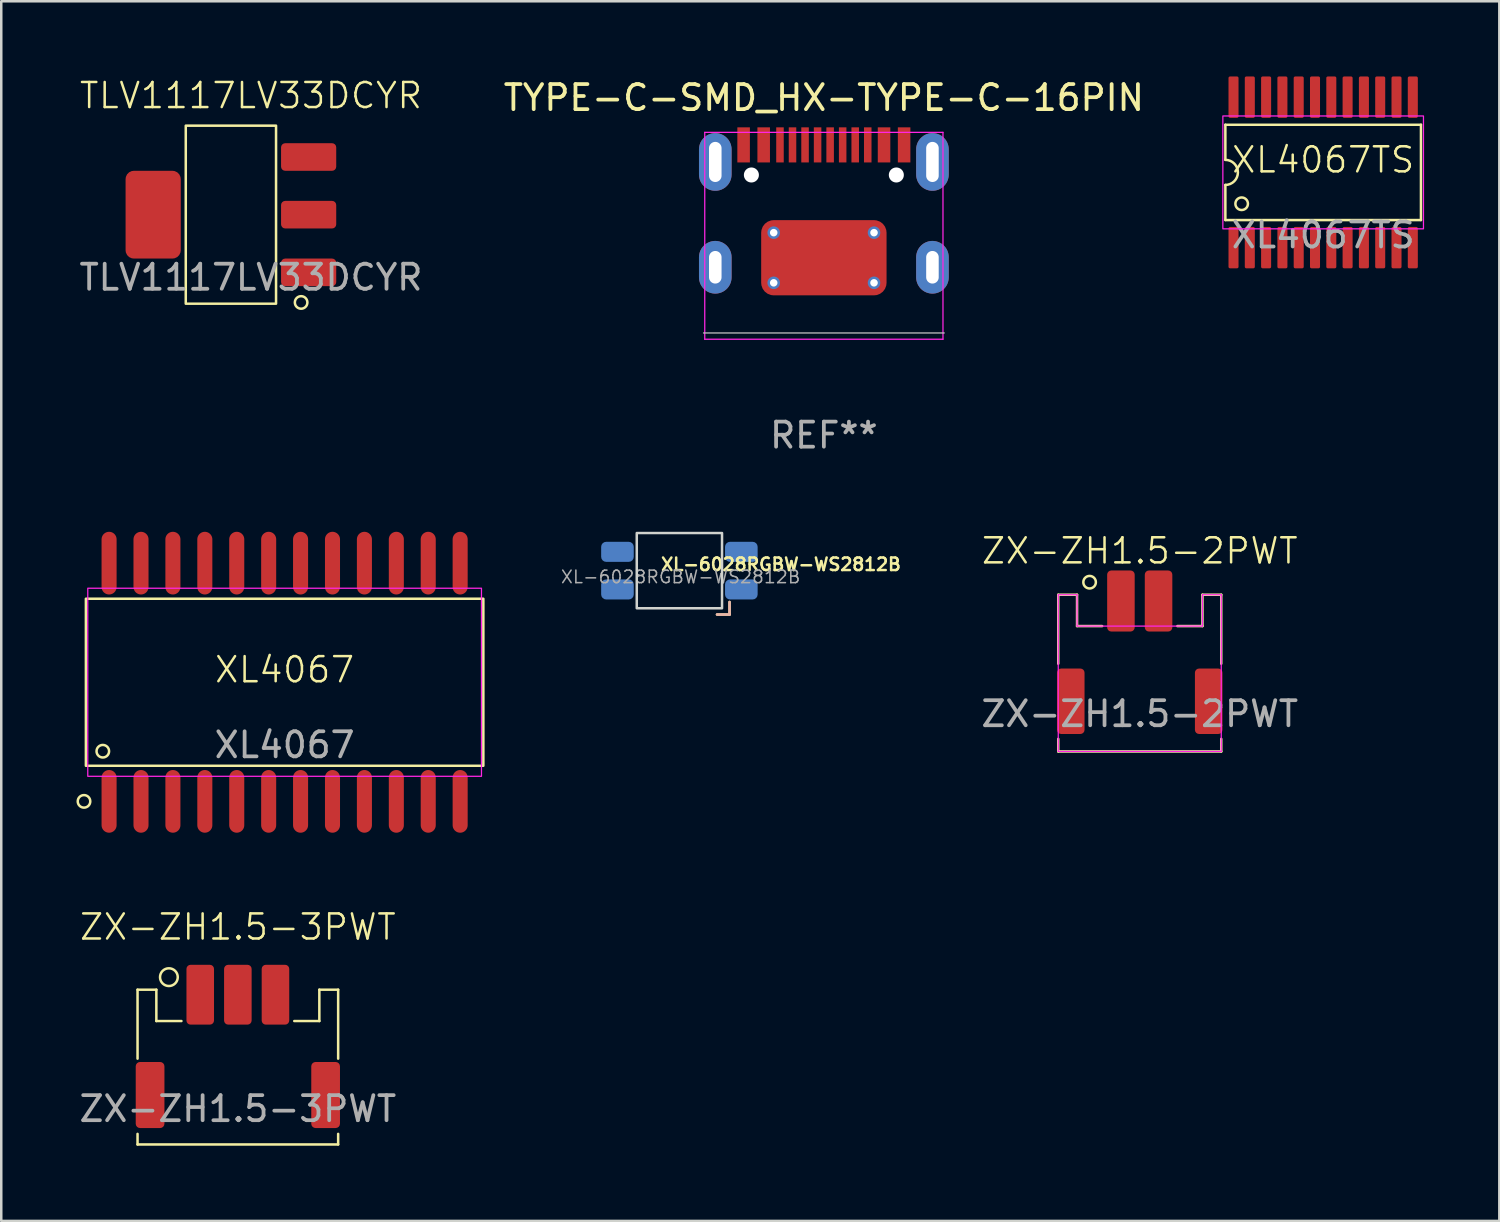
<source format=kicad_pcb>
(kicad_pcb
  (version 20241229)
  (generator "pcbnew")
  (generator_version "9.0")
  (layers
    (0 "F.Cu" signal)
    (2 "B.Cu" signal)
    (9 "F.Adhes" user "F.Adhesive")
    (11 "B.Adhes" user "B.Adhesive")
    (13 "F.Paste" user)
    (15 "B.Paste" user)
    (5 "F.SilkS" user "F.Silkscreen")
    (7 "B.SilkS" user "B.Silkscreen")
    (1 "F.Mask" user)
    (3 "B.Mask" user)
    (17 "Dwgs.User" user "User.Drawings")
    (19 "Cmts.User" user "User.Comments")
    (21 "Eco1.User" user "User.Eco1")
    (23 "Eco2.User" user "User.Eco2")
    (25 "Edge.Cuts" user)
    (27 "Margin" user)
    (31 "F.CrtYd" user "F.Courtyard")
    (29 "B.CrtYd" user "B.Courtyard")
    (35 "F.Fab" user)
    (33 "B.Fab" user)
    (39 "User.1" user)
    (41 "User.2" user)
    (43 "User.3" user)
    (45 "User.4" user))
  (footprint "ZX-ZH1.5-2PWT"
    (layer "F.Cu")
    (at 42.401 22.917)
    (property "Reference" "ZX-ZH1.5-2PWT" (at 0 -4 0) (unlocked yes) (layer "F.SilkS") (effects (font (size 1 1) (thickness 0.1))))
    (attr smd)
    (fp_line (start -3.25 -2.25) (end -2.5 -2.25) (stroke (width 0.1) (type default)) (layer "F.SilkS"))
    (fp_line (start -3.25 0.5) (end -3.25 -2.25) (stroke (width 0.1) (type default)) (layer "F.SilkS"))
    (fp_line (start -3.25 3.5) (end -3.25 4) (stroke (width 0.1) (type default)) (layer "F.SilkS"))
    (fp_line (start -3.25 4) (end 3.25 4) (stroke (width 0.1) (type default)) (layer "F.SilkS"))
    (fp_line (start -2.5 -2.25) (end -2.5 -1) (stroke (width 0.1) (type default)) (layer "F.SilkS"))
    (fp_line (start -2.5 -1) (end -1.5 -1) (stroke (width 0.1) (type default)) (layer "F.SilkS"))
    (fp_line (start 1.5 -1) (end 2.5 -1) (stroke (width 0.1) (type default)) (layer "F.SilkS"))
    (fp_line (start 2.5 -2.25) (end 3.25 -2.25) (stroke (width 0.1) (type default)) (layer "F.SilkS"))
    (fp_line (start 2.5 -1) (end 2.5 -2.25) (stroke (width 0.1) (type default)) (layer "F.SilkS"))
    (fp_line (start 3.25 -2.25) (end 3.25 0.5) (stroke (width 0.1) (type default)) (layer "F.SilkS"))
    (fp_line (start 3.25 4) (end 3.25 3.5) (stroke (width 0.1) (type default)) (layer "F.SilkS"))
    (fp_circle (center -2 -2.75) (end -2 -2.5) (stroke (width 0.1) (type default)) (fill no) (layer "F.SilkS"))
    (fp_line (start -3.25 -2.25) (end -2.5 -2.25) (stroke (width 0.05) (type default)) (layer "F.CrtYd"))
    (fp_line (start -3.25 4) (end -3.25 -2.25) (stroke (width 0.05) (type default)) (layer "F.CrtYd"))
    (fp_line (start -2.5 -2.25) (end -2.5 -1) (stroke (width 0.05) (type default)) (layer "F.CrtYd"))
    (fp_line (start -2.5 -1) (end 2.5 -1) (stroke (width 0.05) (type default)) (layer "F.CrtYd"))
    (fp_line (start 2.5 -2.25) (end 3.25 -2.25) (stroke (width 0.05) (type default)) (layer "F.CrtYd"))
    (fp_line (start 2.5 -1) (end 2.5 -2.25) (stroke (width 0.05) (type default)) (layer "F.CrtYd"))
    (fp_line (start 3.25 -2.25) (end 3.25 4) (stroke (width 0.05) (type default)) (layer "F.CrtYd"))
    (fp_line (start 3.25 4) (end -3.25 4) (stroke (width 0.05) (type default)) (layer "F.CrtYd"))
    (fp_text user "${REFERENCE}" (at 0 2.5 0) (unlocked yes) (layer "F.Fab") (effects (font (size 1 1) (thickness 0.15))))
    (pad "1" smd roundrect (at -0.751 -2) (size 1.098 2.434) (layers "F.Cu" "F.Mask" "F.Paste") (roundrect_rratio 0.15))
    (pad "2" smd roundrect (at 0.75 -2) (size 1.098 2.434) (layers "F.Cu" "F.Mask" "F.Paste") (roundrect_rratio 0.15))
    (pad "3" smd roundrect (at 2.749 1.998) (size 1.098 2.609) (layers "F.Cu" "F.Mask" "F.Paste") (roundrect_rratio 0.15))
    (pad "4" smd roundrect (at -2.751 1.998) (size 1.098 2.609) (layers "F.Cu" "F.Mask" "F.Paste") (roundrect_rratio 0.15)))
  (footprint "TLV1117LV33DCYR"
    (layer "F.Cu")
    (at 6.958 5.511)
    (property "Reference" "TLV1117LV33DCYR" (at 0 -4.75 0) (unlocked yes) (layer "F.SilkS") (effects (font (size 1 1) (thickness 0.1))))
    (attr smd)
    (fp_rect (start -2.6 -3.55) (end 1 3.55) (stroke (width 0.1) (type solid)) (fill no) (layer "F.SilkS"))
    (fp_circle (center 2 3.5) (end 2.25 3.5) (stroke (width 0.1) (type default)) (fill no) (layer "F.SilkS"))
    (fp_text user "${REFERENCE}" (at 0 2.5 0) (unlocked yes) (layer "F.Fab") (effects (font (size 1 1) (thickness 0.15))))
    (pad "1" smd roundrect (at 2.3 2.3) (size 2.2 1.1) (layers "F.Cu" "F.Mask" "F.Paste") (roundrect_rratio 0.15))
    (pad "2" smd roundrect (at 2.3 0) (size 2.2 1.1) (layers "F.Cu" "F.Mask" "F.Paste") (roundrect_rratio 0.15))
    (pad "3" smd roundrect (at 2.3 -2.3) (size 2.2 1.1) (layers "F.Cu" "F.Mask" "F.Paste") (roundrect_rratio 0.15))
    (pad "4" smd roundrect (at -3.9 0) (size 2.2 3.5) (layers "F.Cu" "F.Mask" "F.Paste") (roundrect_rratio 0.15)))
  (footprint "TYPE-C-SMD_HX-TYPE-C-16PIN"
    (layer "F.Cu")
    (at 29.804 5.228)
    (property "Reference" "TYPE-C-SMD_HX-TYPE-C-16PIN" (at 0 -4.38 0) (layer "F.SilkS") (effects (font (size 1 1) (thickness 0.15))))
    (attr through_hole)
    (fp_line (start -4.8 5) (end 4.8 5) (stroke (width 0.05) (type default)) (layer "Dwgs.User"))
    (fp_line (start -4.75 -3) (end 4.75 -3) (stroke (width 0.05) (type default)) (layer "F.CrtYd"))
    (fp_line (start -4.75 5.25) (end -4.75 -3) (stroke (width 0.05) (type default)) (layer "F.CrtYd"))
    (fp_line (start 4.75 -3) (end 4.75 5.25) (stroke (width 0.05) (type default)) (layer "F.CrtYd"))
    (fp_line (start 4.75 5.25) (end -4.75 5.25) (stroke (width 0.05) (type default)) (layer "F.CrtYd"))
    (fp_text user "REF**" (at 0 9.08 0) (layer "F.Fab") (effects (font (size 1 1) (thickness 0.15))))
    (pad "" np_thru_hole circle (at -2.89 -1.3) (size 0.6 0.6) (drill 0.6) (layers "*.Cu" "*.Mask"))
    (pad "" np_thru_hole circle (at 2.89 -1.3) (size 0.6 0.6) (drill 0.6) (layers "*.Cu" "*.Mask"))
    (pad "A5" smd rect (at -1.25 -2.5) (size 0.3 1.4) (layers "F.Cu" "F.Mask" "F.Paste"))
    (pad "A6" smd rect (at -0.25 -2.5) (size 0.3 1.4) (layers "F.Cu" "F.Mask" "F.Paste"))
    (pad "A7" smd rect (at 0.25 -2.5) (size 0.3 1.4) (layers "F.Cu" "F.Mask" "F.Paste"))
    (pad "A8" smd rect (at 1.25 -2.5) (size 0.3 1.4) (layers "F.Cu" "F.Mask" "F.Paste"))
    (pad "A9B4" smd rect (at 2.4 -2.5) (size 0.5 1.4) (layers "F.Cu" "F.Mask" "F.Paste"))
    (pad "A12B1" smd rect (at 3.2 -2.5) (size 0.5 1.4) (layers "F.Cu" "F.Mask" "F.Paste"))
    (pad "B5" smd rect (at 1.75 -2.5) (size 0.3 1.4) (layers "F.Cu" "F.Mask" "F.Paste"))
    (pad "B6" smd rect (at 0.75 -2.5) (size 0.3 1.4) (layers "F.Cu" "F.Mask" "F.Paste"))
    (pad "B7" smd rect (at -0.75 -2.5) (size 0.3 1.4) (layers "F.Cu" "F.Mask" "F.Paste"))
    (pad "B8" smd rect (at -1.75 -2.5) (size 0.3 1.4) (layers "F.Cu" "F.Mask" "F.Paste"))
    (pad "B9A4" smd rect (at -2.4 -2.5) (size 0.5 1.4) (layers "F.Cu" "F.Mask" "F.Paste"))
    (pad "B12A1" smd rect (at -3.2 -2.5) (size 0.5 1.4) (layers "F.Cu" "F.Mask" "F.Paste"))
    (pad "S1" thru_hole oval (at -4.33 -1.82) (size 1.3 2.3) (drill oval 0.5 1.6) (layers "*.Cu" "*.Mask"))
    (pad "S1" thru_hole oval (at -4.33 2.38) (size 1.3 2.1) (drill oval 0.5 1.3) (layers "*.Cu" "*.Mask"))
    (pad "S1" thru_hole circle (at -2 1) (size 0.5 0.5) (drill 0.3) (layers "*.Cu" "*.Mask"))
    (pad "S1" thru_hole circle (at -2 3) (size 0.5 0.5) (drill 0.3) (layers "*.Cu" "*.Mask"))
    (pad "S1" smd roundrect (at 0 2) (size 5 3) (layers "F.Cu" "F.Mask" "F.Paste") (roundrect_rratio 0.167))
    (pad "S1" thru_hole circle (at 2 1) (size 0.5 0.5) (drill 0.3) (layers "*.Cu" "*.Mask"))
    (pad "S1" thru_hole circle (at 2 3) (size 0.5 0.5) (drill 0.3) (layers "*.Cu" "*.Mask"))
    (pad "S1" thru_hole oval (at 4.33 -1.82) (size 1.3 2.3) (drill oval 0.5 1.6) (layers "*.Cu" "*.Mask"))
    (pad "S1" thru_hole oval (at 4.33 2.38) (size 1.3 2.1) (drill oval 0.5 1.3) (layers "*.Cu" "*.Mask")))
  (footprint "XL4067TS"
    (layer "F.Cu")
    (at 49.715 3.825)
    (property "Reference" "XL4067TS" (at 0 -0.5 0) (unlocked yes) (layer "F.SilkS") (effects (font (size 1 1) (thickness 0.1))))
    (attr smd)
    (fp_line (start -3.9 -1.9) (end 3.9 -1.9) (stroke (width 0.1) (type default)) (layer "F.SilkS"))
    (fp_line (start -3.9 -0.5) (end -3.9 -1.9) (stroke (width 0.1) (type default)) (layer "F.SilkS"))
    (fp_line (start -3.9 0.5) (end -3.9 1.9) (stroke (width 0.1) (type default)) (layer "F.SilkS"))
    (fp_line (start 3.9 -1.9) (end 3.9 1.9) (stroke (width 0.1) (type default)) (layer "F.SilkS"))
    (fp_line (start 3.9 1.9) (end -3.9 1.9) (stroke (width 0.1) (type default)) (layer "F.SilkS"))
    (fp_arc (start -3.9 -0.5) (mid -3.4 0) (end -3.9 0.5) (stroke (width 0.1) (type default)) (layer "F.SilkS"))
    (fp_circle (center -3.25 1.25) (end -3.25 1.5) (stroke (width 0.1) (type default)) (fill no) (layer "F.SilkS"))
    (fp_rect (start -4 -2.25) (end 4 2.25) (stroke (width 0.05) (type default)) (fill no) (layer "F.CrtYd"))
    (fp_text user "${REFERENCE}" (at 0 2.5 0) (unlocked yes) (layer "F.Fab") (effects (font (size 1 1) (thickness 0.15))))
    (pad "1" smd roundrect (at -3.575 3) (size 0.4 1.65) (layers "F.Cu" "F.Mask" "F.Paste") (roundrect_rratio 0.15))
    (pad "2" smd roundrect (at -2.925 3) (size 0.4 1.65) (layers "F.Cu" "F.Mask" "F.Paste") (roundrect_rratio 0.15))
    (pad "3" smd roundrect (at -2.275 3) (size 0.4 1.65) (layers "F.Cu" "F.Mask" "F.Paste") (roundrect_rratio 0.15))
    (pad "4" smd roundrect (at -1.625 3) (size 0.4 1.65) (layers "F.Cu" "F.Mask" "F.Paste") (roundrect_rratio 0.15))
    (pad "5" smd roundrect (at -0.975 3) (size 0.4 1.65) (layers "F.Cu" "F.Mask" "F.Paste") (roundrect_rratio 0.15))
    (pad "6" smd roundrect (at -0.325 3) (size 0.4 1.65) (layers "F.Cu" "F.Mask" "F.Paste") (roundrect_rratio 0.15))
    (pad "7" smd roundrect (at 0.325 3) (size 0.4 1.65) (layers "F.Cu" "F.Mask" "F.Paste") (roundrect_rratio 0.15))
    (pad "8" smd roundrect (at 1.625 3) (size 0.4 1.65) (layers "F.Cu" "F.Mask" "F.Paste") (roundrect_rratio 0.15))
    (pad "9" smd roundrect (at 0.975 3) (size 0.4 1.65) (layers "F.Cu" "F.Mask" "F.Paste") (roundrect_rratio 0.15))
    (pad "10" smd roundrect (at 2.275 3) (size 0.4 1.65) (layers "F.Cu" "F.Mask" "F.Paste") (roundrect_rratio 0.15))
    (pad "11" smd roundrect (at 2.925 3) (size 0.4 1.65) (layers "F.Cu" "F.Mask" "F.Paste") (roundrect_rratio 0.15))
    (pad "12" smd roundrect (at 3.575 3) (size 0.4 1.65) (layers "F.Cu" "F.Mask" "F.Paste") (roundrect_rratio 0.15))
    (pad "13" smd roundrect (at 3.575 -3) (size 0.4 1.65) (layers "F.Cu" "F.Mask" "F.Paste") (roundrect_rratio 0.15))
    (pad "14" smd roundrect (at 2.925 -3) (size 0.4 1.65) (layers "F.Cu" "F.Mask" "F.Paste") (roundrect_rratio 0.15))
    (pad "15" smd roundrect (at 2.275 -3) (size 0.4 1.65) (layers "F.Cu" "F.Mask" "F.Paste") (roundrect_rratio 0.15))
    (pad "16" smd roundrect (at 1.625 -3) (size 0.4 1.65) (layers "F.Cu" "F.Mask" "F.Paste") (roundrect_rratio 0.15))
    (pad "17" smd roundrect (at 0.975 -3) (size 0.4 1.65) (layers "F.Cu" "F.Mask" "F.Paste") (roundrect_rratio 0.15))
    (pad "18" smd roundrect (at -0.325 -3) (size 0.4 1.65) (layers "F.Cu" "F.Mask" "F.Paste") (roundrect_rratio 0.15))
    (pad "19" smd roundrect (at 0.325 -3) (size 0.4 1.65) (layers "F.Cu" "F.Mask" "F.Paste") (roundrect_rratio 0.15))
    (pad "20" smd roundrect (at -1.625 -3) (size 0.4 1.65) (layers "F.Cu" "F.Mask" "F.Paste") (roundrect_rratio 0.15))
    (pad "21" smd roundrect (at -0.975 -3) (size 0.4 1.65) (layers "F.Cu" "F.Mask" "F.Paste") (roundrect_rratio 0.15))
    (pad "22" smd roundrect (at -2.275 -3) (size 0.4 1.65) (layers "F.Cu" "F.Mask" "F.Paste") (roundrect_rratio 0.15))
    (pad "23" smd roundrect (at -2.925 -3) (size 0.4 1.65) (layers "F.Cu" "F.Mask" "F.Paste") (roundrect_rratio 0.15))
    (pad "24" smd roundrect (at -3.575 -3) (size 0.4 1.65) (layers "F.Cu" "F.Mask" "F.Paste") (roundrect_rratio 0.15)))
  (footprint "XL-6028RGBW-WS2812B"
    (layer "F.Cu")
    (at 24.093 19.956)
    (property "Reference" "XL-6028RGBW-WS2812B" (at 4 -0.5 0) (unlocked yes) (layer "F.SilkS") (effects (font (size 0.5 0.5) (thickness 0.1) (bold yes))))
    (attr smd)
    (fp_line (start 1.95 1) (end 1.95 1.5) (stroke (width 0.1) (type default)) (layer "F.SilkS"))
    (fp_line (start 1.95 1.5) (end 1.45 1.5) (stroke (width 0.1) (type default)) (layer "F.SilkS"))
    (fp_line (start 1.95 1) (end 1.95 1.5) (stroke (width 0.1) (type default)) (layer "B.SilkS"))
    (fp_line (start 1.95 1.5) (end 1.45 1.5) (stroke (width 0.1) (type default)) (layer "B.SilkS"))
    (fp_rect (start -1.75 -1.75) (end 1.65 1.25) (stroke (width 0.1) (type solid)) (fill no) (layer "Edge.Cuts"))
    (fp_rect (start -1.75 -1.75) (end 1.648 1.245) (stroke (width 0.05) (type solid)) (fill no) (layer "B.CrtYd"))
    (fp_text user "${REFERENCE}" (at 0 0 0) (unlocked yes) (layer "F.Fab") (effects (font (size 0.5 0.5) (thickness 0.062))))
    (pad "L1" smd roundrect (at 2.42 0.5 180) (size 1.3 0.8) (layers "B.Cu" "B.Mask" "B.Paste") (roundrect_rratio 0.25))
    (pad "L2" smd roundrect (at 2.42 -1 180) (size 1.3 0.8) (layers "B.Cu" "B.Mask" "B.Paste") (roundrect_rratio 0.25))
    (pad "L3" smd roundrect (at -2.52 -1 180) (size 1.3 0.8) (layers "B.Cu" "B.Mask" "B.Paste") (roundrect_rratio 0.25))
    (pad "L4" smd roundrect (at -2.52 0.5 180) (size 1.3 0.8) (layers "B.Cu" "B.Mask" "B.Paste") (roundrect_rratio 0.25)))
  (footprint "XL4067"
    (layer "F.Cu")
    (at 8.3 24.157)
    (property "Reference" "XL4067" (at 0 -0.5 0) (unlocked yes) (layer "F.SilkS") (effects (font (size 1 1) (thickness 0.1))))
    (attr smd)
    (fp_rect (start -7.925 -3.33) (end 7.925 3.33) (stroke (width 0.1) (type solid)) (fill no) (layer "F.SilkS"))
    (fp_circle (center -8 4.75) (end -8 5) (stroke (width 0.1) (type default)) (fill no) (layer "F.SilkS"))
    (fp_circle (center -7.25 2.75) (end -7.25 3) (stroke (width 0.1) (type default)) (fill no) (layer "F.SilkS"))
    (fp_rect (start -7.85 -3.75) (end 7.85 3.75) (stroke (width 0.05) (type solid)) (fill no) (layer "F.CrtYd"))
    (fp_text user "${REFERENCE}" (at 0 2.5 0) (unlocked yes) (layer "F.Fab") (effects (font (size 1 1) (thickness 0.15))))
    (pad "1" smd oval (at -7 4.75) (size 0.6 2.5) (layers "F.Cu" "F.Mask" "F.Paste"))
    (pad "2" smd oval (at -5.727 4.75) (size 0.6 2.5) (layers "F.Cu" "F.Mask" "F.Paste"))
    (pad "3" smd oval (at -4.455 4.75) (size 0.6 2.5) (layers "F.Cu" "F.Mask" "F.Paste"))
    (pad "4" smd oval (at -3.182 4.75) (size 0.6 2.5) (layers "F.Cu" "F.Mask" "F.Paste"))
    (pad "5" smd oval (at -1.909 4.75) (size 0.6 2.5) (layers "F.Cu" "F.Mask" "F.Paste"))
    (pad "6" smd oval (at -0.636 4.75) (size 0.6 2.5) (layers "F.Cu" "F.Mask" "F.Paste"))
    (pad "7" smd oval (at 0.636 4.75) (size 0.6 2.5) (layers "F.Cu" "F.Mask" "F.Paste"))
    (pad "8" smd oval (at 3.182 4.75) (size 0.6 2.5) (layers "F.Cu" "F.Mask" "F.Paste"))
    (pad "9" smd oval (at 1.909 4.75) (size 0.6 2.5) (layers "F.Cu" "F.Mask" "F.Paste"))
    (pad "10" smd oval (at 4.455 4.75) (size 0.6 2.5) (layers "F.Cu" "F.Mask" "F.Paste"))
    (pad "11" smd oval (at 5.727 4.75) (size 0.6 2.5) (layers "F.Cu" "F.Mask" "F.Paste"))
    (pad "12" smd oval (at 7 4.75) (size 0.6 2.5) (layers "F.Cu" "F.Mask" "F.Paste"))
    (pad "13" smd oval (at 7 -4.75) (size 0.6 2.5) (layers "F.Cu" "F.Mask" "F.Paste"))
    (pad "14" smd oval (at 5.727 -4.75) (size 0.6 2.5) (layers "F.Cu" "F.Mask" "F.Paste"))
    (pad "15" smd oval (at 4.455 -4.75) (size 0.6 2.5) (layers "F.Cu" "F.Mask" "F.Paste"))
    (pad "16" smd oval (at 3.182 -4.75) (size 0.6 2.5) (layers "F.Cu" "F.Mask" "F.Paste"))
    (pad "17" smd oval (at 1.909 -4.75) (size 0.6 2.5) (layers "F.Cu" "F.Mask" "F.Paste"))
    (pad "18" smd oval (at 0.636 -4.75) (size 0.6 2.5) (layers "F.Cu" "F.Mask" "F.Paste"))
    (pad "19" smd oval (at -0.636 -4.75) (size 0.6 2.5) (layers "F.Cu" "F.Mask" "F.Paste"))
    (pad "20" smd oval (at -1.909 -4.75) (size 0.6 2.5) (layers "F.Cu" "F.Mask" "F.Paste"))
    (pad "21" smd oval (at -3.182 -4.75) (size 0.6 2.5) (layers "F.Cu" "F.Mask" "F.Paste"))
    (pad "22" smd oval (at -4.455 -4.75) (size 0.6 2.5) (layers "F.Cu" "F.Mask" "F.Paste"))
    (pad "23" smd oval (at -5.727 -4.75) (size 0.6 2.5) (layers "F.Cu" "F.Mask" "F.Paste"))
    (pad "24" smd oval (at -7 -4.75) (size 0.6 2.5) (layers "F.Cu" "F.Mask" "F.Paste")))
  (footprint "ZX-ZH1.5-3PWT"
    (layer "F.Cu")
    (at 6.435 38.667)
    (property "Reference" "ZX-ZH1.5-3PWT" (at 0 -4.75 0) (unlocked yes) (layer "F.SilkS") (effects (font (size 1 1) (thickness 0.1))))
    (attr smd)
    (fp_line (start -4 -2.25) (end -4 0.5) (stroke (width 0.1) (type default)) (layer "F.SilkS"))
    (fp_line (start -4 3.5) (end -4 3.922) (stroke (width 0.1) (type default)) (layer "F.SilkS"))
    (fp_line (start -4 3.922) (end 4 3.922) (stroke (width 0.1) (type default)) (layer "F.SilkS"))
    (fp_line (start -3.25 -2.25) (end -4 -2.25) (stroke (width 0.1) (type default)) (layer "F.SilkS"))
    (fp_line (start -3.25 -1) (end -3.25 -2.25) (stroke (width 0.1) (type default)) (layer "F.SilkS"))
    (fp_line (start -2.25 -1) (end -3.25 -1) (stroke (width 0.1) (type default)) (layer "F.SilkS"))
    (fp_line (start 2.25 -1) (end 3.25 -1) (stroke (width 0.1) (type default)) (layer "F.SilkS"))
    (fp_line (start 3.25 -2.25) (end 4 -2.25) (stroke (width 0.1) (type default)) (layer "F.SilkS"))
    (fp_line (start 3.25 -1) (end 3.25 -2.25) (stroke (width 0.1) (type default)) (layer "F.SilkS"))
    (fp_line (start 4 -2.25) (end 4 0.5) (stroke (width 0.1) (type default)) (layer "F.SilkS"))
    (fp_line (start 4 3.922) (end 4 3.5) (stroke (width 0.1) (type default)) (layer "F.SilkS"))
    (fp_circle (center -2.75 -2.75) (end -2.5 -2.5) (stroke (width 0.1) (type default)) (fill no) (layer "F.SilkS"))
    (fp_text user "${REFERENCE}" (at 0 2.5 0) (unlocked yes) (layer "F.Fab") (effects (font (size 1 1) (thickness 0.15))))
    (pad "1" smd roundrect (at -1.5 -2.05) (size 1.099 2.386) (layers "F.Cu" "F.Mask" "F.Paste") (roundrect_rratio 0.15))
    (pad "2" smd roundrect (at 0 -2.05) (size 1.099 2.386) (layers "F.Cu" "F.Mask" "F.Paste") (roundrect_rratio 0.15))
    (pad "3" smd roundrect (at 1.5 -2.05) (size 1.099 2.386) (layers "F.Cu" "F.Mask" "F.Paste") (roundrect_rratio 0.15))
    (pad "4" smd roundrect (at 3.5 1.95) (size 1.145 2.634) (layers "F.Cu" "F.Mask" "F.Paste") (roundrect_rratio 0.15))
    (pad "5" smd roundrect (at -3.5 1.95) (size 1.145 2.634) (layers "F.Cu" "F.Mask" "F.Paste") (roundrect_rratio 0.15)))
  (gr_rect
    (start -3 -3)
    (end 56.74 45.639)
    (stroke (width 0.1) (type default))
    (fill no)
    (layer "Edge.Cuts")))
</source>
